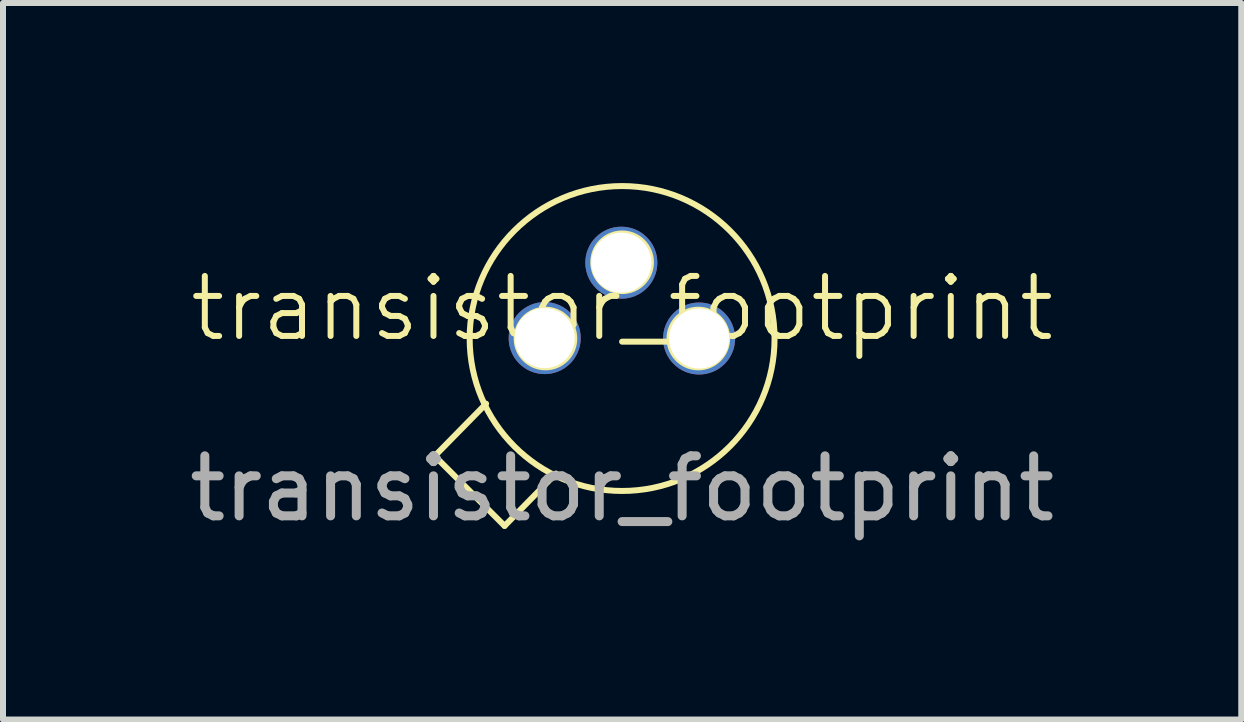
<source format=kicad_pcb>
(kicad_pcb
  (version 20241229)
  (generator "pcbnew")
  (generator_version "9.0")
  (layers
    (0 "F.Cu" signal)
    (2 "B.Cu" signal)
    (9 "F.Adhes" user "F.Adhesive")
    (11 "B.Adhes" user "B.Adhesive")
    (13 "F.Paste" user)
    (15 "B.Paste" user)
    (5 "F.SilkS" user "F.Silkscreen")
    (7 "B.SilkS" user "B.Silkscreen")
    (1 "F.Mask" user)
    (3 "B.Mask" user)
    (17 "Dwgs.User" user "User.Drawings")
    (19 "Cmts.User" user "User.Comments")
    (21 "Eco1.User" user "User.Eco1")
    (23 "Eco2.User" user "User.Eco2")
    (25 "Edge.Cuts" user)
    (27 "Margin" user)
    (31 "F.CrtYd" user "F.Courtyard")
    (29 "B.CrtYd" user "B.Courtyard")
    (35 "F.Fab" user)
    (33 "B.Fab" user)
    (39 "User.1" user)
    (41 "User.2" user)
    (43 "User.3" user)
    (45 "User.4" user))
  (footprint "transistor_footprint"
    (layer "F.Cu")
    (at 7.315 2.59)
    (property "Reference" "transistor_footprint" (at 0 -0.5 0) (unlocked yes) (layer "F.SilkS") (effects (font (size 1 1) (thickness 0.1))))
    (attr through_hole)
    (fp_line (start -3.122 1.958) (end -1.958 3.122) (stroke (width 0.1) (type default)) (layer "F.SilkS"))
    (fp_line (start -2.266 1.086) (end -3.122 1.958) (stroke (width 0.1) (type default)) (layer "F.SilkS"))
    (fp_line (start -1.103 2.25) (end -1.958 3.122) (stroke (width 0.1) (type default)) (layer "F.SilkS"))
    (fp_circle (center -1.277 0) (end -0.797 0) (stroke (width 0.1) (type default)) (fill no) (layer "F.SilkS"))
    (fp_circle (center 0 -1.27) (end 0.48 -1.27) (stroke (width 0.1) (type default)) (fill no) (layer "F.SilkS"))
    (fp_circle (center 0 0) (end 2.54 0) (stroke (width 0.1) (type default)) (fill no) (layer "F.SilkS"))
    (fp_circle (center 1.27 0) (end 1.75 0) (stroke (width 0.1) (type default)) (fill no) (layer "F.SilkS"))
    (fp_text user "${REFERENCE}" (at 0 2.5 0) (unlocked yes) (layer "F.Fab") (effects (font (size 1 1) (thickness 0.15))))
    (pad "1" thru_hole circle (at -1.29 -0.007) (size 1.2 1.2) (drill 1) (layers "*.Cu" "*.Mask"))
    (pad "2" thru_hole circle (at -0.013 -1.263) (size 1.2 1.2) (drill 1) (layers "*.Cu" "*.Mask"))
    (pad "3" thru_hole circle (at 1.283 0) (size 1.2 1.2) (drill 1) (layers "*.Cu" "*.Mask")))
  (gr_rect
    (start -3 -3)
    (end 17.631 8.938)
    (stroke (width 0.1) (type default))
    (fill no)
    (layer "Edge.Cuts")))
</source>
